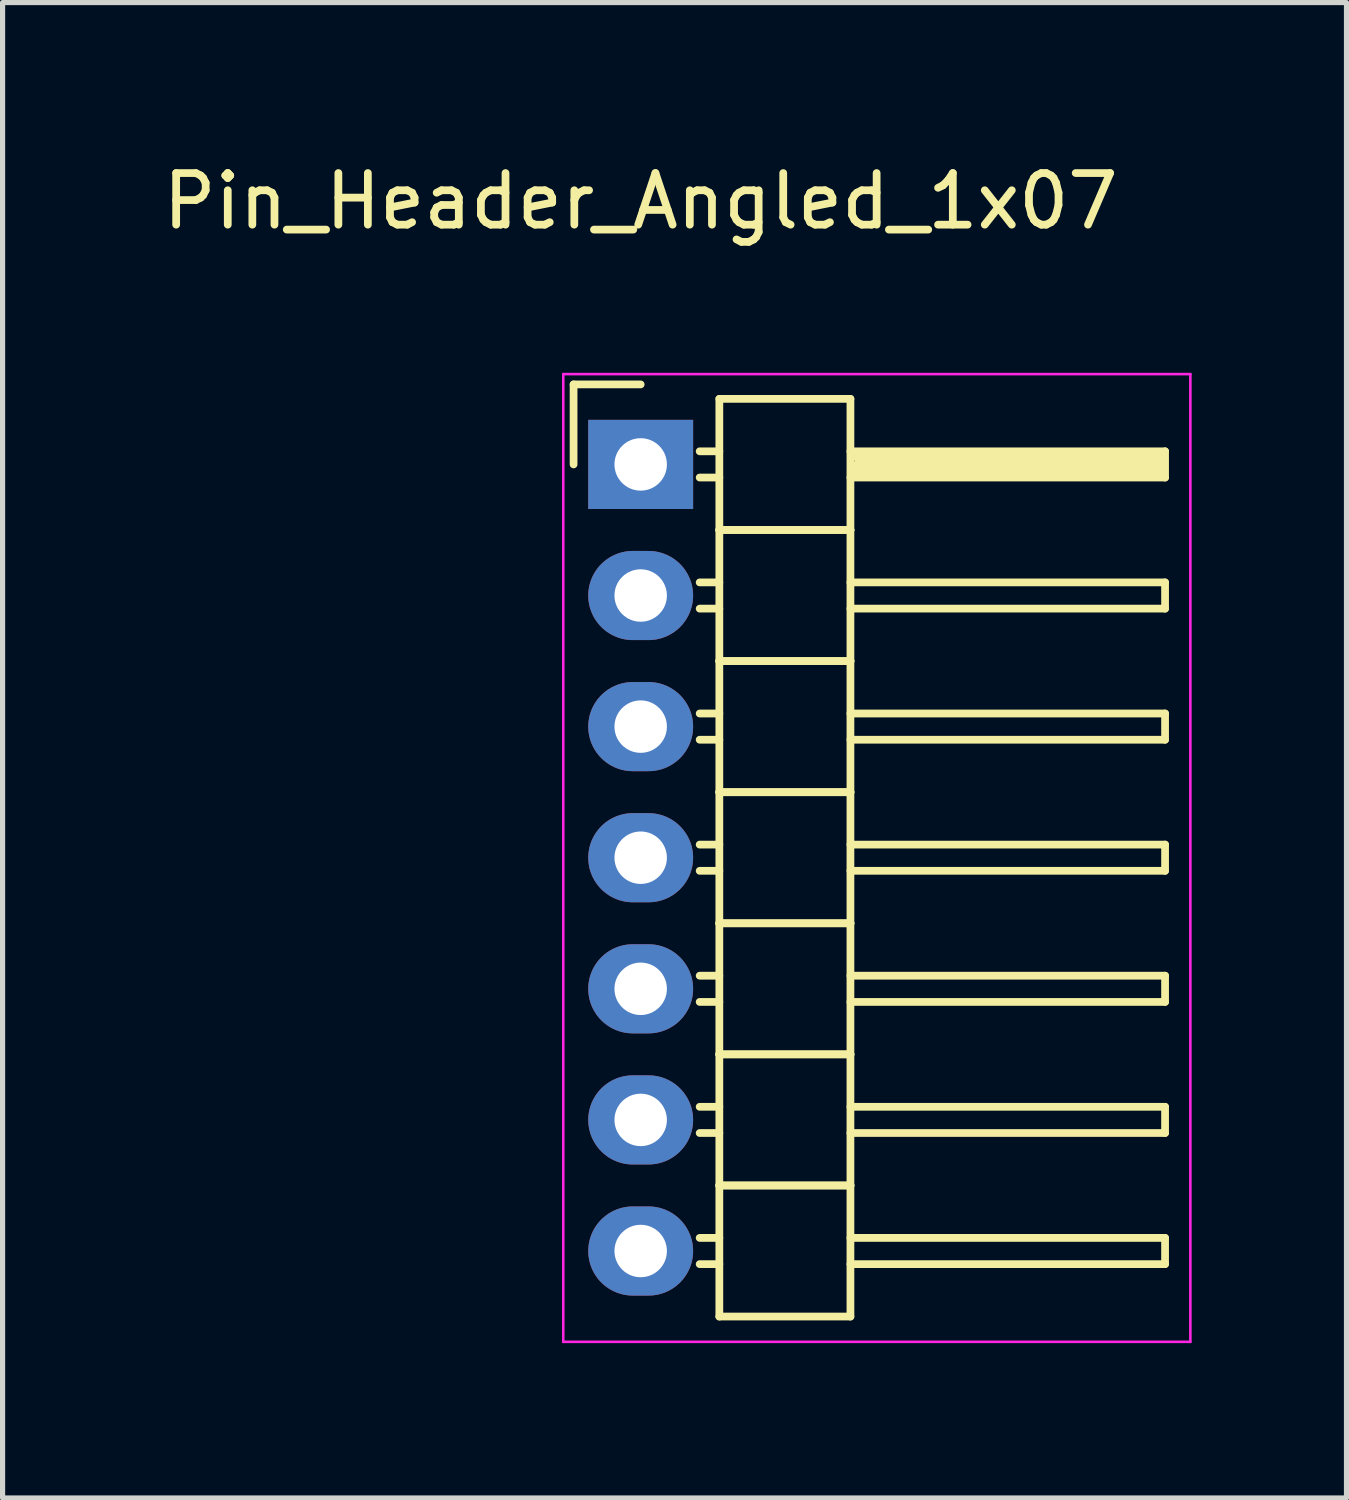
<source format=kicad_pcb>
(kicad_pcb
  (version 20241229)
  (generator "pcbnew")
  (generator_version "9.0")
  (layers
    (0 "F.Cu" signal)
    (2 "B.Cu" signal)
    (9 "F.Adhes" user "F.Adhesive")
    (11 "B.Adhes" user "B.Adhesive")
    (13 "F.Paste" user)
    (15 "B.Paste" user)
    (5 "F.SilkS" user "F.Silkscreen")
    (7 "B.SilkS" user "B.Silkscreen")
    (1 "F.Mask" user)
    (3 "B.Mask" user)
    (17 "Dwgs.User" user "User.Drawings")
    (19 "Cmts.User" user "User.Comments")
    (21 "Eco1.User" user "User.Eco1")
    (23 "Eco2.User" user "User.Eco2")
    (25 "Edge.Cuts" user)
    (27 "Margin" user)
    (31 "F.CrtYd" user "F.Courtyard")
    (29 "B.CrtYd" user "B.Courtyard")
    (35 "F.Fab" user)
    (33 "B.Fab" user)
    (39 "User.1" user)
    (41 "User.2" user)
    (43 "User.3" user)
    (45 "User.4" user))
  (footprint "Pin_Header_Angled_1x07"
    (layer "F.Cu")
    (at 9.363 5.948)
    (property "Reference" "Pin_Header_Angled_1x07" (at 0 -5.1 0) (layer "F.SilkS") (effects (font (size 1 1) (thickness 0.15))))
    (attr through_hole)
    (fp_line (start -1.3 -1.55) (end -1.3 0) (stroke (width 0.15) (type solid)) (layer "F.SilkS"))
    (fp_line (start 0 -1.55) (end -1.3 -1.55) (stroke (width 0.15) (type solid)) (layer "F.SilkS"))
    (fp_line (start 1.524 -1.27) (end 1.524 1.27) (stroke (width 0.15) (type solid)) (layer "F.SilkS"))
    (fp_line (start 1.524 -1.27) (end 4.064 -1.27) (stroke (width 0.15) (type solid)) (layer "F.SilkS"))
    (fp_line (start 1.524 -0.254) (end 1.143 -0.254) (stroke (width 0.15) (type solid)) (layer "F.SilkS"))
    (fp_line (start 1.524 0.254) (end 1.143 0.254) (stroke (width 0.15) (type solid)) (layer "F.SilkS"))
    (fp_line (start 1.524 1.27) (end 1.524 3.81) (stroke (width 0.15) (type solid)) (layer "F.SilkS"))
    (fp_line (start 1.524 1.27) (end 4.064 1.27) (stroke (width 0.15) (type solid)) (layer "F.SilkS"))
    (fp_line (start 1.524 1.27) (end 4.064 1.27) (stroke (width 0.15) (type solid)) (layer "F.SilkS"))
    (fp_line (start 1.524 2.286) (end 1.143 2.286) (stroke (width 0.15) (type solid)) (layer "F.SilkS"))
    (fp_line (start 1.524 2.794) (end 1.143 2.794) (stroke (width 0.15) (type solid)) (layer "F.SilkS"))
    (fp_line (start 1.524 3.81) (end 1.524 6.35) (stroke (width 0.15) (type solid)) (layer "F.SilkS"))
    (fp_line (start 1.524 3.81) (end 4.064 3.81) (stroke (width 0.15) (type solid)) (layer "F.SilkS"))
    (fp_line (start 1.524 3.81) (end 4.064 3.81) (stroke (width 0.15) (type solid)) (layer "F.SilkS"))
    (fp_line (start 1.524 4.826) (end 1.143 4.826) (stroke (width 0.15) (type solid)) (layer "F.SilkS"))
    (fp_line (start 1.524 5.334) (end 1.143 5.334) (stroke (width 0.15) (type solid)) (layer "F.SilkS"))
    (fp_line (start 1.524 6.35) (end 1.524 8.89) (stroke (width 0.15) (type solid)) (layer "F.SilkS"))
    (fp_line (start 1.524 6.35) (end 4.064 6.35) (stroke (width 0.15) (type solid)) (layer "F.SilkS"))
    (fp_line (start 1.524 6.35) (end 4.064 6.35) (stroke (width 0.15) (type solid)) (layer "F.SilkS"))
    (fp_line (start 1.524 7.366) (end 1.143 7.366) (stroke (width 0.15) (type solid)) (layer "F.SilkS"))
    (fp_line (start 1.524 7.874) (end 1.143 7.874) (stroke (width 0.15) (type solid)) (layer "F.SilkS"))
    (fp_line (start 1.524 8.89) (end 1.524 11.43) (stroke (width 0.15) (type solid)) (layer "F.SilkS"))
    (fp_line (start 1.524 8.89) (end 4.064 8.89) (stroke (width 0.15) (type solid)) (layer "F.SilkS"))
    (fp_line (start 1.524 8.89) (end 4.064 8.89) (stroke (width 0.15) (type solid)) (layer "F.SilkS"))
    (fp_line (start 1.524 9.906) (end 1.143 9.906) (stroke (width 0.15) (type solid)) (layer "F.SilkS"))
    (fp_line (start 1.524 10.414) (end 1.143 10.414) (stroke (width 0.15) (type solid)) (layer "F.SilkS"))
    (fp_line (start 1.524 11.43) (end 1.524 13.97) (stroke (width 0.15) (type solid)) (layer "F.SilkS"))
    (fp_line (start 1.524 11.43) (end 4.064 11.43) (stroke (width 0.15) (type solid)) (layer "F.SilkS"))
    (fp_line (start 1.524 11.43) (end 4.064 11.43) (stroke (width 0.15) (type solid)) (layer "F.SilkS"))
    (fp_line (start 1.524 12.446) (end 1.143 12.446) (stroke (width 0.15) (type solid)) (layer "F.SilkS"))
    (fp_line (start 1.524 12.954) (end 1.143 12.954) (stroke (width 0.15) (type solid)) (layer "F.SilkS"))
    (fp_line (start 1.524 13.97) (end 1.524 16.51) (stroke (width 0.15) (type solid)) (layer "F.SilkS"))
    (fp_line (start 1.524 13.97) (end 4.064 13.97) (stroke (width 0.15) (type solid)) (layer "F.SilkS"))
    (fp_line (start 1.524 13.97) (end 4.064 13.97) (stroke (width 0.15) (type solid)) (layer "F.SilkS"))
    (fp_line (start 1.524 14.986) (end 1.143 14.986) (stroke (width 0.15) (type solid)) (layer "F.SilkS"))
    (fp_line (start 1.524 15.494) (end 1.143 15.494) (stroke (width 0.15) (type solid)) (layer "F.SilkS"))
    (fp_line (start 1.524 16.51) (end 4.064 16.51) (stroke (width 0.15) (type solid)) (layer "F.SilkS"))
    (fp_line (start 4.064 -0.254) (end 10.16 -0.254) (stroke (width 0.15) (type solid)) (layer "F.SilkS"))
    (fp_line (start 4.064 1.27) (end 4.064 -1.27) (stroke (width 0.15) (type solid)) (layer "F.SilkS"))
    (fp_line (start 4.064 2.286) (end 10.16 2.286) (stroke (width 0.15) (type solid)) (layer "F.SilkS"))
    (fp_line (start 4.064 3.81) (end 4.064 1.27) (stroke (width 0.15) (type solid)) (layer "F.SilkS"))
    (fp_line (start 4.064 4.826) (end 10.16 4.826) (stroke (width 0.15) (type solid)) (layer "F.SilkS"))
    (fp_line (start 4.064 6.35) (end 4.064 3.81) (stroke (width 0.15) (type solid)) (layer "F.SilkS"))
    (fp_line (start 4.064 7.366) (end 10.16 7.366) (stroke (width 0.15) (type solid)) (layer "F.SilkS"))
    (fp_line (start 4.064 8.89) (end 4.064 6.35) (stroke (width 0.15) (type solid)) (layer "F.SilkS"))
    (fp_line (start 4.064 9.906) (end 10.16 9.906) (stroke (width 0.15) (type solid)) (layer "F.SilkS"))
    (fp_line (start 4.064 11.43) (end 4.064 8.89) (stroke (width 0.15) (type solid)) (layer "F.SilkS"))
    (fp_line (start 4.064 12.446) (end 10.16 12.446) (stroke (width 0.15) (type solid)) (layer "F.SilkS"))
    (fp_line (start 4.064 13.97) (end 4.064 11.43) (stroke (width 0.15) (type solid)) (layer "F.SilkS"))
    (fp_line (start 4.064 14.986) (end 10.16 14.986) (stroke (width 0.15) (type solid)) (layer "F.SilkS"))
    (fp_line (start 4.064 16.51) (end 4.064 13.97) (stroke (width 0.15) (type solid)) (layer "F.SilkS"))
    (fp_line (start 4.191 -0.127) (end 10.033 -0.127) (stroke (width 0.15) (type solid)) (layer "F.SilkS"))
    (fp_line (start 4.191 0) (end 10.033 0) (stroke (width 0.15) (type solid)) (layer "F.SilkS"))
    (fp_line (start 4.191 0.127) (end 4.191 0) (stroke (width 0.15) (type solid)) (layer "F.SilkS"))
    (fp_line (start 10.033 -0.127) (end 10.033 0.127) (stroke (width 0.15) (type solid)) (layer "F.SilkS"))
    (fp_line (start 10.033 0.127) (end 4.191 0.127) (stroke (width 0.15) (type solid)) (layer "F.SilkS"))
    (fp_line (start 10.16 -0.254) (end 10.16 0.254) (stroke (width 0.15) (type solid)) (layer "F.SilkS"))
    (fp_line (start 10.16 0.254) (end 4.064 0.254) (stroke (width 0.15) (type solid)) (layer "F.SilkS"))
    (fp_line (start 10.16 2.286) (end 10.16 2.794) (stroke (width 0.15) (type solid)) (layer "F.SilkS"))
    (fp_line (start 10.16 2.794) (end 4.064 2.794) (stroke (width 0.15) (type solid)) (layer "F.SilkS"))
    (fp_line (start 10.16 4.826) (end 10.16 5.334) (stroke (width 0.15) (type solid)) (layer "F.SilkS"))
    (fp_line (start 10.16 5.334) (end 4.064 5.334) (stroke (width 0.15) (type solid)) (layer "F.SilkS"))
    (fp_line (start 10.16 7.366) (end 10.16 7.874) (stroke (width 0.15) (type solid)) (layer "F.SilkS"))
    (fp_line (start 10.16 7.874) (end 4.064 7.874) (stroke (width 0.15) (type solid)) (layer "F.SilkS"))
    (fp_line (start 10.16 9.906) (end 10.16 10.414) (stroke (width 0.15) (type solid)) (layer "F.SilkS"))
    (fp_line (start 10.16 10.414) (end 4.064 10.414) (stroke (width 0.15) (type solid)) (layer "F.SilkS"))
    (fp_line (start 10.16 12.446) (end 10.16 12.954) (stroke (width 0.15) (type solid)) (layer "F.SilkS"))
    (fp_line (start 10.16 12.954) (end 4.064 12.954) (stroke (width 0.15) (type solid)) (layer "F.SilkS"))
    (fp_line (start 10.16 14.986) (end 10.16 15.494) (stroke (width 0.15) (type solid)) (layer "F.SilkS"))
    (fp_line (start 10.16 15.494) (end 4.064 15.494) (stroke (width 0.15) (type solid)) (layer "F.SilkS"))
    (fp_line (start -1.5 -1.75) (end -1.5 17) (stroke (width 0.05) (type solid)) (layer "F.CrtYd"))
    (fp_line (start -1.5 -1.75) (end 10.65 -1.75) (stroke (width 0.05) (type solid)) (layer "F.CrtYd"))
    (fp_line (start -1.5 17) (end 10.65 17) (stroke (width 0.05) (type solid)) (layer "F.CrtYd"))
    (fp_line (start 10.65 -1.75) (end 10.65 17) (stroke (width 0.05) (type solid)) (layer "F.CrtYd"))
    (pad "1" thru_hole rect (at 0 0) (size 2.032 1.727) (drill 1.016) (layers "*.Cu" "*.Mask"))
    (pad "2" thru_hole oval (at 0 2.54) (size 2.032 1.727) (drill 1.016) (layers "*.Cu" "*.Mask"))
    (pad "3" thru_hole oval (at 0 5.08) (size 2.032 1.727) (drill 1.016) (layers "*.Cu" "*.Mask"))
    (pad "4" thru_hole oval (at 0 7.62) (size 2.032 1.727) (drill 1.016) (layers "*.Cu" "*.Mask"))
    (pad "5" thru_hole oval (at 0 10.16) (size 2.032 1.727) (drill 1.016) (layers "*.Cu" "*.Mask"))
    (pad "6" thru_hole oval (at 0 12.7) (size 2.032 1.727) (drill 1.016) (layers "*.Cu" "*.Mask"))
    (pad "7" thru_hole oval (at 0 15.24) (size 2.032 1.727) (drill 1.016) (layers "*.Cu" "*.Mask")))
  (gr_rect
    (start -3 -3)
    (end 23.038 25.973)
    (stroke (width 0.1) (type default))
    (fill no)
    (layer "Edge.Cuts")))
</source>
